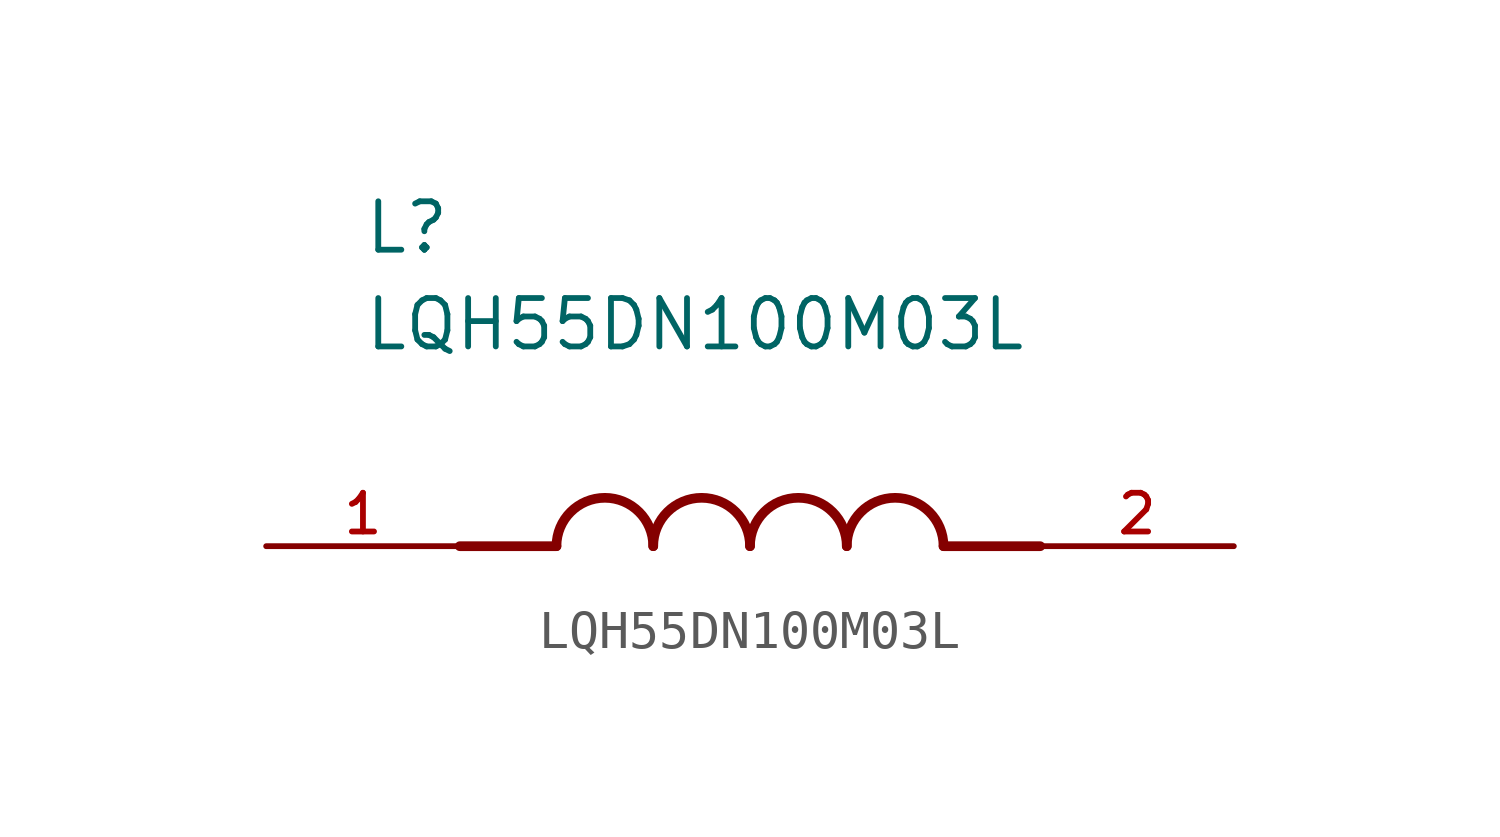
<source format=kicad_sym>
(kicad_symbol_lib
  (version 20211014)
  (generator kicad_symbol_editor)
  (symbol "LQH55DN100M03L"
    (pin_names
      (offset 1.016))
    (property "Reference" "L"
      (at -10.16 7.62 0)
      (effects (font (size 1.27 1.27)) (justify bottom left)))
    (property "Value" "LQH55DN100M03L"
      (at -10.16 5.08 0)
      (effects (font (size 1.27 1.27)) (justify bottom left)))
    (symbol "LQH55DN100M03L_0_0"
      (polyline (pts (xy -5.08 0.0) (xy -7.62 0.0)) (stroke (width 0.254)))
      (polyline (pts (xy 5.08 0.0) (xy 7.62 0.0)) (stroke (width 0.254)))
      (arc (start -2.54 0.0) (mid -3.81 1.27) (end -5.08 0.0) (stroke (width 0.254) (type default) (color 0 0 0 0)) (fill (type none)))
      (arc (start 0.0 0.0) (mid -1.27 1.27) (end -2.54 0.0) (stroke (width 0.254) (type default) (color 0 0 0 0)) (fill (type none)))
      (arc (start 2.54 0.0) (mid 1.27 1.27) (end 0.0 0.0) (stroke (width 0.254) (type default) (color 0 0 0 0)) (fill (type none)))
      (arc (start 5.08 0.0) (mid 3.81 1.27) (end 2.54 0.0) (stroke (width 0.254) (type default) (color 0 0 0 0)) (fill (type none)))
      (pin passive line (at -12.7 0.0 0) (length 5.08) (name "~" (effects (font (size 1.016 1.016)))) (number "1" (effects (font (size 1.016 1.016)))))
      (pin passive line (at 12.7 0.0 180.0) (length 5.08) (name "~" (effects (font (size 1.016 1.016)))) (number "2" (effects (font (size 1.016 1.016))))))))
</source>
